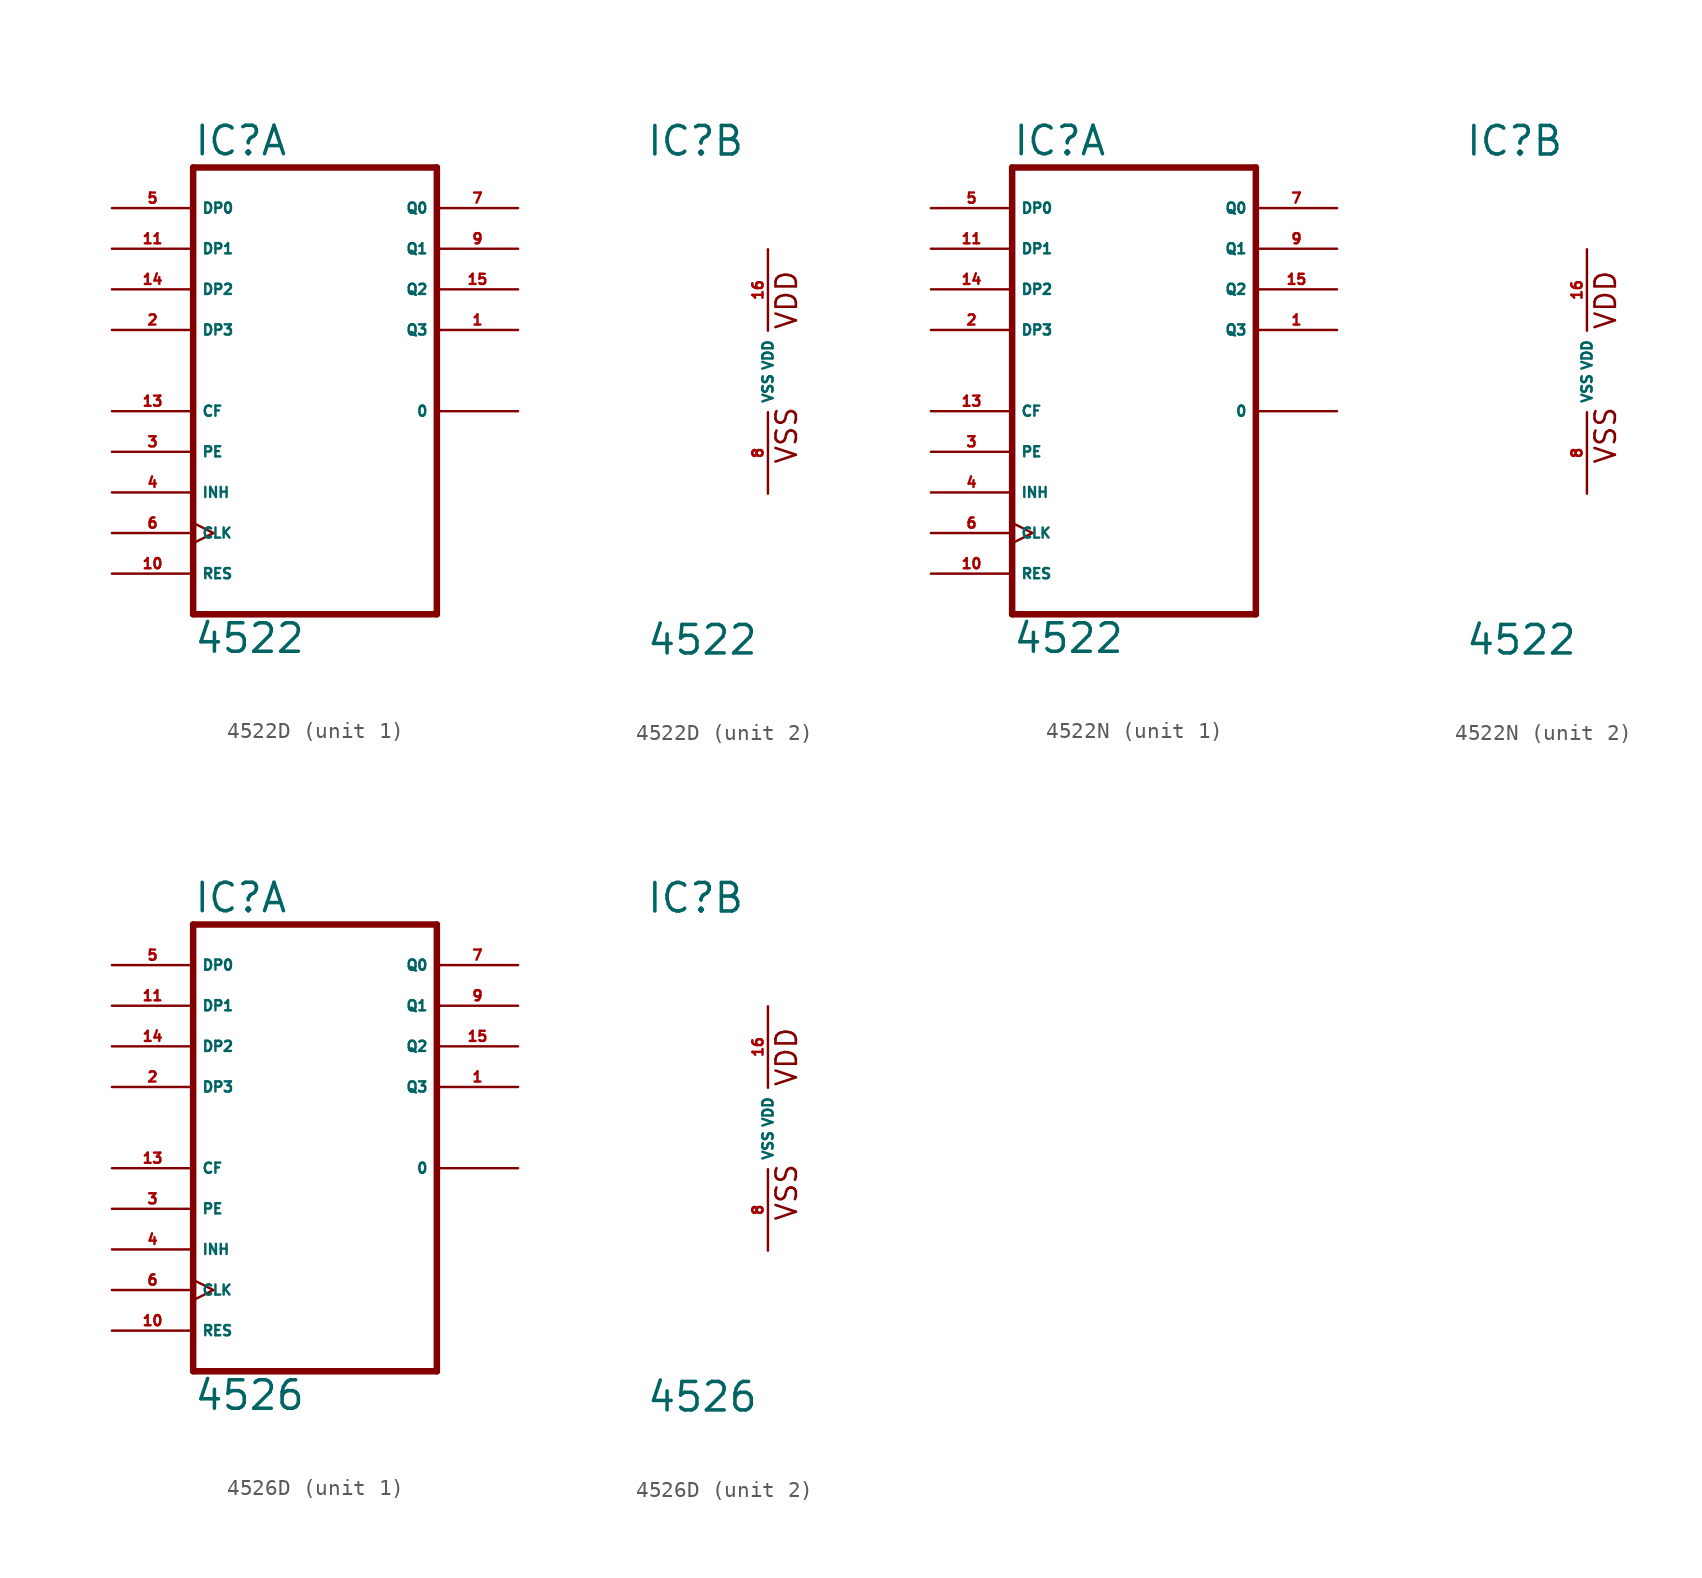
<source format=kicad_sym>
(kicad_symbol_lib
  (version 20220914)
  (generator Eagle2Kicad)
  (symbol "4522D"
    (property "Reference" "IC"
      (at -7.62 13.335 0)
      (effects (font (size 1.778 1.778) (thickness 0.22)) (justify left bottom)))
    (property "Value" "4522"
      (at -7.62 -17.78 0)
      (effects (font (size 1.778 1.778) (thickness 0.22)) (justify left bottom)))
    (symbol "4522D_1_0"
      (polyline (pts (xy -7.62 -15.24) (xy 7.62 -15.24)) (stroke (width 0.406) (type default)) (fill (type none)))
      (polyline (pts (xy 7.62 -15.24) (xy 7.62 12.7)) (stroke (width 0.406) (type default)) (fill (type none)))
      (polyline (pts (xy 7.62 12.7) (xy -7.62 12.7)) (stroke (width 0.406) (type default)) (fill (type none)))
      (polyline (pts (xy -7.62 12.7) (xy -7.62 -15.24)) (stroke (width 0.406) (type default)) (fill (type none)))
      (pin output line (at 12.7 2.54 180) (length 5.08) (name "Q3" (effects (font (size 0.635 0.635) (thickness 0.08)) (justify left bottom))) (number "1" (effects (font (size 0.635 0.635) (thickness 0.08)) (justify left bottom))))
      (pin input line (at -12.7 2.54 0) (length 5.08) (name "DP3" (effects (font (size 0.635 0.635) (thickness 0.08)) (justify left bottom))) (number "2" (effects (font (size 0.635 0.635) (thickness 0.08)) (justify left bottom))))
      (pin input line (at -12.7 -5.08 0) (length 5.08) (name "PE" (effects (font (size 0.635 0.635) (thickness 0.08)) (justify left bottom))) (number "3" (effects (font (size 0.635 0.635) (thickness 0.08)) (justify left bottom))))
      (pin input line (at -12.7 -7.62 0) (length 5.08) (name "INH" (effects (font (size 0.635 0.635) (thickness 0.08)) (justify left bottom))) (number "4" (effects (font (size 0.635 0.635) (thickness 0.08)) (justify left bottom))))
      (pin input line (at -12.7 10.16 0) (length 5.08) (name "DP0" (effects (font (size 0.635 0.635) (thickness 0.08)) (justify left bottom))) (number "5" (effects (font (size 0.635 0.635) (thickness 0.08)) (justify left bottom))))
      (pin input clock (at -12.7 -10.16 0) (length 5.08) (name "CLK" (effects (font (size 0.635 0.635) (thickness 0.08)) (justify left bottom))) (number "6" (effects (font (size 0.635 0.635) (thickness 0.08)) (justify left bottom))))
      (pin output line (at 12.7 10.16 180) (length 5.08) (name "Q0" (effects (font (size 0.635 0.635) (thickness 0.08)) (justify left bottom))) (number "7" (effects (font (size 0.635 0.635) (thickness 0.08)) (justify left bottom))))
      (pin output line (at 12.7 7.62 180) (length 5.08) (name "Q1" (effects (font (size 0.635 0.635) (thickness 0.08)) (justify left bottom))) (number "9" (effects (font (size 0.635 0.635) (thickness 0.08)) (justify left bottom))))
      (pin input line (at -12.7 -12.7 0) (length 5.08) (name "RES" (effects (font (size 0.635 0.635) (thickness 0.08)) (justify left bottom))) (number "10" (effects (font (size 0.635 0.635) (thickness 0.08)) (justify left bottom))))
      (pin input line (at -12.7 7.62 0) (length 5.08) (name "DP1" (effects (font (size 0.635 0.635) (thickness 0.08)) (justify left bottom))) (number "11" (effects (font (size 0.635 0.635) (thickness 0.08)) (justify left bottom))))
      (pin output line (at 12.7 -2.54 180) (length 5.08) (name "0" (effects (font (size 0.635 0.635) (thickness 0.08)) (justify left bottom))) (number "" (effects (font (size 0.635 0.635) (thickness 0.08)) (justify left bottom))))
      (pin input line (at -12.7 -2.54 0) (length 5.08) (name "CF" (effects (font (size 0.635 0.635) (thickness 0.08)) (justify left bottom))) (number "13" (effects (font (size 0.635 0.635) (thickness 0.08)) (justify left bottom))))
      (pin input line (at -12.7 5.08 0) (length 5.08) (name "DP2" (effects (font (size 0.635 0.635) (thickness 0.08)) (justify left bottom))) (number "14" (effects (font (size 0.635 0.635) (thickness 0.08)) (justify left bottom))))
      (pin output line (at 12.7 5.08 180) (length 5.08) (name "Q2" (effects (font (size 0.635 0.635) (thickness 0.08)) (justify left bottom))) (number "15" (effects (font (size 0.635 0.635) (thickness 0.08)) (justify left bottom)))))
    (symbol "4522D_2_0"
      (text "VDD" (at 1.905 2.54 900) (effects (font (size 1.27 1.27) (thickness 0.16)) (justify left bottom)))
      (text "VSS" (at 1.905 -5.842 900) (effects (font (size 1.27 1.27) (thickness 0.16)) (justify left bottom)))
      (pin unspecified line (at 0 -7.62 90) (length 5.08) (name "VSS" (effects (font (size 0.635 0.635) (thickness 0.08)) (justify left bottom))) (number "8" (effects (font (size 0.635 0.635) (thickness 0.08)) (justify left bottom))))
      (pin unspecified line (at 0 7.62 270) (length 5.08) (name "VDD" (effects (font (size 0.635 0.635) (thickness 0.08)) (justify left bottom))) (number "16" (effects (font (size 0.635 0.635) (thickness 0.08)) (justify left bottom))))))
  (symbol "4522N"
    (property "Reference" "IC"
      (at -7.62 13.335 0)
      (effects (font (size 1.778 1.778) (thickness 0.22)) (justify left bottom)))
    (property "Value" "4522"
      (at -7.62 -17.78 0)
      (effects (font (size 1.778 1.778) (thickness 0.22)) (justify left bottom)))
    (symbol "4522N_1_0"
      (polyline (pts (xy -7.62 -15.24) (xy 7.62 -15.24)) (stroke (width 0.406) (type default)) (fill (type none)))
      (polyline (pts (xy 7.62 -15.24) (xy 7.62 12.7)) (stroke (width 0.406) (type default)) (fill (type none)))
      (polyline (pts (xy 7.62 12.7) (xy -7.62 12.7)) (stroke (width 0.406) (type default)) (fill (type none)))
      (polyline (pts (xy -7.62 12.7) (xy -7.62 -15.24)) (stroke (width 0.406) (type default)) (fill (type none)))
      (pin output line (at 12.7 2.54 180) (length 5.08) (name "Q3" (effects (font (size 0.635 0.635) (thickness 0.08)) (justify left bottom))) (number "1" (effects (font (size 0.635 0.635) (thickness 0.08)) (justify left bottom))))
      (pin input line (at -12.7 2.54 0) (length 5.08) (name "DP3" (effects (font (size 0.635 0.635) (thickness 0.08)) (justify left bottom))) (number "2" (effects (font (size 0.635 0.635) (thickness 0.08)) (justify left bottom))))
      (pin input line (at -12.7 -5.08 0) (length 5.08) (name "PE" (effects (font (size 0.635 0.635) (thickness 0.08)) (justify left bottom))) (number "3" (effects (font (size 0.635 0.635) (thickness 0.08)) (justify left bottom))))
      (pin input line (at -12.7 -7.62 0) (length 5.08) (name "INH" (effects (font (size 0.635 0.635) (thickness 0.08)) (justify left bottom))) (number "4" (effects (font (size 0.635 0.635) (thickness 0.08)) (justify left bottom))))
      (pin input line (at -12.7 10.16 0) (length 5.08) (name "DP0" (effects (font (size 0.635 0.635) (thickness 0.08)) (justify left bottom))) (number "5" (effects (font (size 0.635 0.635) (thickness 0.08)) (justify left bottom))))
      (pin input clock (at -12.7 -10.16 0) (length 5.08) (name "CLK" (effects (font (size 0.635 0.635) (thickness 0.08)) (justify left bottom))) (number "6" (effects (font (size 0.635 0.635) (thickness 0.08)) (justify left bottom))))
      (pin output line (at 12.7 10.16 180) (length 5.08) (name "Q0" (effects (font (size 0.635 0.635) (thickness 0.08)) (justify left bottom))) (number "7" (effects (font (size 0.635 0.635) (thickness 0.08)) (justify left bottom))))
      (pin output line (at 12.7 7.62 180) (length 5.08) (name "Q1" (effects (font (size 0.635 0.635) (thickness 0.08)) (justify left bottom))) (number "9" (effects (font (size 0.635 0.635) (thickness 0.08)) (justify left bottom))))
      (pin input line (at -12.7 -12.7 0) (length 5.08) (name "RES" (effects (font (size 0.635 0.635) (thickness 0.08)) (justify left bottom))) (number "10" (effects (font (size 0.635 0.635) (thickness 0.08)) (justify left bottom))))
      (pin input line (at -12.7 7.62 0) (length 5.08) (name "DP1" (effects (font (size 0.635 0.635) (thickness 0.08)) (justify left bottom))) (number "11" (effects (font (size 0.635 0.635) (thickness 0.08)) (justify left bottom))))
      (pin output line (at 12.7 -2.54 180) (length 5.08) (name "0" (effects (font (size 0.635 0.635) (thickness 0.08)) (justify left bottom))) (number "" (effects (font (size 0.635 0.635) (thickness 0.08)) (justify left bottom))))
      (pin input line (at -12.7 -2.54 0) (length 5.08) (name "CF" (effects (font (size 0.635 0.635) (thickness 0.08)) (justify left bottom))) (number "13" (effects (font (size 0.635 0.635) (thickness 0.08)) (justify left bottom))))
      (pin input line (at -12.7 5.08 0) (length 5.08) (name "DP2" (effects (font (size 0.635 0.635) (thickness 0.08)) (justify left bottom))) (number "14" (effects (font (size 0.635 0.635) (thickness 0.08)) (justify left bottom))))
      (pin output line (at 12.7 5.08 180) (length 5.08) (name "Q2" (effects (font (size 0.635 0.635) (thickness 0.08)) (justify left bottom))) (number "15" (effects (font (size 0.635 0.635) (thickness 0.08)) (justify left bottom)))))
    (symbol "4522N_2_0"
      (text "VDD" (at 1.905 2.54 900) (effects (font (size 1.27 1.27) (thickness 0.16)) (justify left bottom)))
      (text "VSS" (at 1.905 -5.842 900) (effects (font (size 1.27 1.27) (thickness 0.16)) (justify left bottom)))
      (pin unspecified line (at 0 -7.62 90) (length 5.08) (name "VSS" (effects (font (size 0.635 0.635) (thickness 0.08)) (justify left bottom))) (number "8" (effects (font (size 0.635 0.635) (thickness 0.08)) (justify left bottom))))
      (pin unspecified line (at 0 7.62 270) (length 5.08) (name "VDD" (effects (font (size 0.635 0.635) (thickness 0.08)) (justify left bottom))) (number "16" (effects (font (size 0.635 0.635) (thickness 0.08)) (justify left bottom))))))
  (symbol "4526D"
    (property "Reference" "IC"
      (at -7.62 13.335 0)
      (effects (font (size 1.778 1.778) (thickness 0.22)) (justify left bottom)))
    (property "Value" "4526"
      (at -7.62 -17.78 0)
      (effects (font (size 1.778 1.778) (thickness 0.22)) (justify left bottom)))
    (symbol "4526D_1_0"
      (polyline (pts (xy -7.62 -15.24) (xy 7.62 -15.24)) (stroke (width 0.406) (type default)) (fill (type none)))
      (polyline (pts (xy 7.62 -15.24) (xy 7.62 12.7)) (stroke (width 0.406) (type default)) (fill (type none)))
      (polyline (pts (xy 7.62 12.7) (xy -7.62 12.7)) (stroke (width 0.406) (type default)) (fill (type none)))
      (polyline (pts (xy -7.62 12.7) (xy -7.62 -15.24)) (stroke (width 0.406) (type default)) (fill (type none)))
      (pin output line (at 12.7 2.54 180) (length 5.08) (name "Q3" (effects (font (size 0.635 0.635) (thickness 0.08)) (justify left bottom))) (number "1" (effects (font (size 0.635 0.635) (thickness 0.08)) (justify left bottom))))
      (pin input line (at -12.7 2.54 0) (length 5.08) (name "DP3" (effects (font (size 0.635 0.635) (thickness 0.08)) (justify left bottom))) (number "2" (effects (font (size 0.635 0.635) (thickness 0.08)) (justify left bottom))))
      (pin input line (at -12.7 -5.08 0) (length 5.08) (name "PE" (effects (font (size 0.635 0.635) (thickness 0.08)) (justify left bottom))) (number "3" (effects (font (size 0.635 0.635) (thickness 0.08)) (justify left bottom))))
      (pin input line (at -12.7 -7.62 0) (length 5.08) (name "INH" (effects (font (size 0.635 0.635) (thickness 0.08)) (justify left bottom))) (number "4" (effects (font (size 0.635 0.635) (thickness 0.08)) (justify left bottom))))
      (pin input line (at -12.7 10.16 0) (length 5.08) (name "DP0" (effects (font (size 0.635 0.635) (thickness 0.08)) (justify left bottom))) (number "5" (effects (font (size 0.635 0.635) (thickness 0.08)) (justify left bottom))))
      (pin input clock (at -12.7 -10.16 0) (length 5.08) (name "CLK" (effects (font (size 0.635 0.635) (thickness 0.08)) (justify left bottom))) (number "6" (effects (font (size 0.635 0.635) (thickness 0.08)) (justify left bottom))))
      (pin output line (at 12.7 10.16 180) (length 5.08) (name "Q0" (effects (font (size 0.635 0.635) (thickness 0.08)) (justify left bottom))) (number "7" (effects (font (size 0.635 0.635) (thickness 0.08)) (justify left bottom))))
      (pin output line (at 12.7 7.62 180) (length 5.08) (name "Q1" (effects (font (size 0.635 0.635) (thickness 0.08)) (justify left bottom))) (number "9" (effects (font (size 0.635 0.635) (thickness 0.08)) (justify left bottom))))
      (pin input line (at -12.7 -12.7 0) (length 5.08) (name "RES" (effects (font (size 0.635 0.635) (thickness 0.08)) (justify left bottom))) (number "10" (effects (font (size 0.635 0.635) (thickness 0.08)) (justify left bottom))))
      (pin input line (at -12.7 7.62 0) (length 5.08) (name "DP1" (effects (font (size 0.635 0.635) (thickness 0.08)) (justify left bottom))) (number "11" (effects (font (size 0.635 0.635) (thickness 0.08)) (justify left bottom))))
      (pin output line (at 12.7 -2.54 180) (length 5.08) (name "0" (effects (font (size 0.635 0.635) (thickness 0.08)) (justify left bottom))) (number "" (effects (font (size 0.635 0.635) (thickness 0.08)) (justify left bottom))))
      (pin input line (at -12.7 -2.54 0) (length 5.08) (name "CF" (effects (font (size 0.635 0.635) (thickness 0.08)) (justify left bottom))) (number "13" (effects (font (size 0.635 0.635) (thickness 0.08)) (justify left bottom))))
      (pin input line (at -12.7 5.08 0) (length 5.08) (name "DP2" (effects (font (size 0.635 0.635) (thickness 0.08)) (justify left bottom))) (number "14" (effects (font (size 0.635 0.635) (thickness 0.08)) (justify left bottom))))
      (pin output line (at 12.7 5.08 180) (length 5.08) (name "Q2" (effects (font (size 0.635 0.635) (thickness 0.08)) (justify left bottom))) (number "15" (effects (font (size 0.635 0.635) (thickness 0.08)) (justify left bottom)))))
    (symbol "4526D_2_0"
      (text "VDD" (at 1.905 2.54 900) (effects (font (size 1.27 1.27) (thickness 0.16)) (justify left bottom)))
      (text "VSS" (at 1.905 -5.842 900) (effects (font (size 1.27 1.27) (thickness 0.16)) (justify left bottom)))
      (pin unspecified line (at 0 -7.62 90) (length 5.08) (name "VSS" (effects (font (size 0.635 0.635) (thickness 0.08)) (justify left bottom))) (number "8" (effects (font (size 0.635 0.635) (thickness 0.08)) (justify left bottom))))
      (pin unspecified line (at 0 7.62 270) (length 5.08) (name "VDD" (effects (font (size 0.635 0.635) (thickness 0.08)) (justify left bottom))) (number "16" (effects (font (size 0.635 0.635) (thickness 0.08)) (justify left bottom)))))))
</source>
